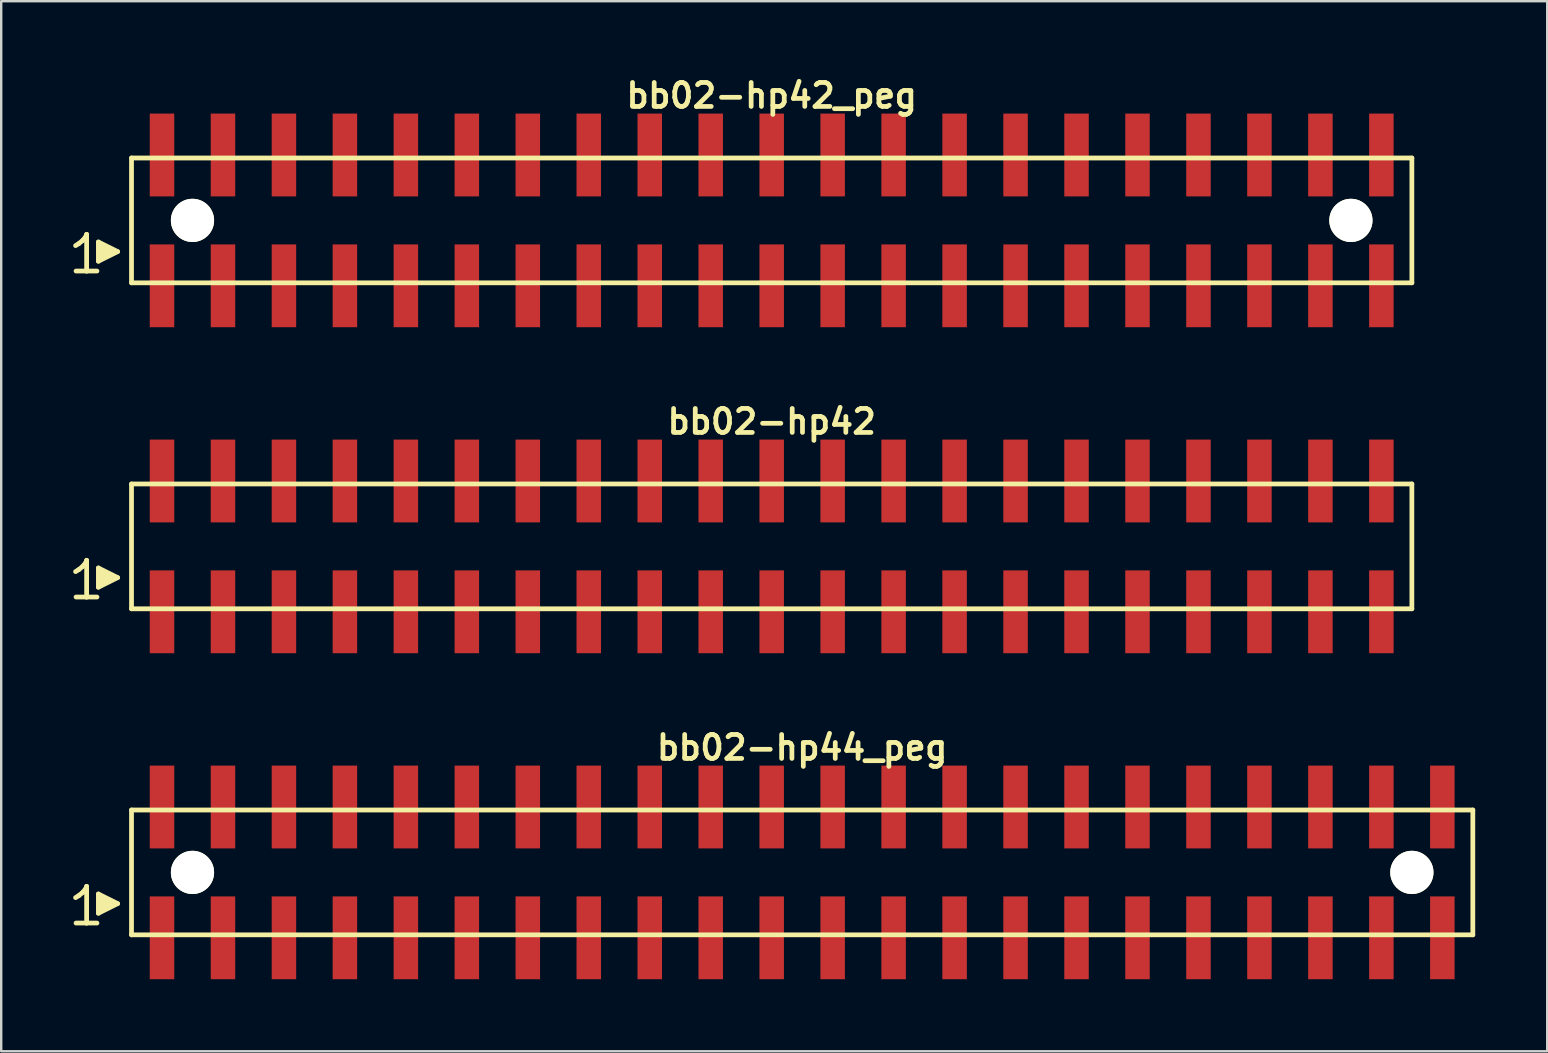
<source format=kicad_pcb>
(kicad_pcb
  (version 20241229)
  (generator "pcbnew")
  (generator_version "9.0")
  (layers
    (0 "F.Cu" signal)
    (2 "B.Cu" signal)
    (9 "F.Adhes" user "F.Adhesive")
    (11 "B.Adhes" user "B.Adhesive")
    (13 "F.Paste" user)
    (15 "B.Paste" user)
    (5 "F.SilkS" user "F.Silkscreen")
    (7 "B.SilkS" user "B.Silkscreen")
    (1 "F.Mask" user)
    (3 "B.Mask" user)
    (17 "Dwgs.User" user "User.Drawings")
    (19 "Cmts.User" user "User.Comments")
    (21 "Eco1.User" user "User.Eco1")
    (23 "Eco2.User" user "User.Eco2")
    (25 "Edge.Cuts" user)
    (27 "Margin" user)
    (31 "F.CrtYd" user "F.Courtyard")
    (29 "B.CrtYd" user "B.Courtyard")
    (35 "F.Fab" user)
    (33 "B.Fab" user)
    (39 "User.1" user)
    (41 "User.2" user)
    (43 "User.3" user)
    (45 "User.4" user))
  (footprint "bb02-hp42_peg"
    (layer "F.Cu")
    (at 29.099 6.132)
    (property "Reference" "bb02-hp42_peg" (at 0 -5.2 0) (layer "F.SilkS") (effects (font (size 0.998 0.998) (thickness 0.198))))
    (attr through_hole)
    (fp_line (start -29 1.05) (end -28.87 0.97) (stroke (width 0.198) (type solid)) (layer "F.SilkS"))
    (fp_line (start -28.87 0.97) (end -28.71 0.84) (stroke (width 0.198) (type solid)) (layer "F.SilkS"))
    (fp_line (start -28.71 0.84) (end -28.57 0.67) (stroke (width 0.198) (type solid)) (layer "F.SilkS"))
    (fp_line (start -28.57 0.67) (end -28.54 0.58) (stroke (width 0.198) (type solid)) (layer "F.SilkS"))
    (fp_line (start -28.54 0.58) (end -28.54 2.11) (stroke (width 0.198) (type solid)) (layer "F.SilkS"))
    (fp_line (start -28.54 2.11) (end -28.98 2.11) (stroke (width 0.198) (type solid)) (layer "F.SilkS"))
    (fp_line (start -28.11 2.11) (end -28.55 2.11) (stroke (width 0.198) (type solid)) (layer "F.SilkS"))
    (fp_line (start -28.05 0.9) (end -27.25 1.3) (stroke (width 0.198) (type solid)) (layer "F.SilkS"))
    (fp_line (start -28.05 1.7) (end -28.05 0.9) (stroke (width 0.198) (type solid)) (layer "F.SilkS"))
    (fp_line (start -27.95 1.6) (end -27.95 1) (stroke (width 0.198) (type solid)) (layer "F.SilkS"))
    (fp_line (start -27.85 1.1) (end -27.85 1.5) (stroke (width 0.198) (type solid)) (layer "F.SilkS"))
    (fp_line (start -27.75 1.5) (end -27.75 1.1) (stroke (width 0.198) (type solid)) (layer "F.SilkS"))
    (fp_line (start -27.65 1.2) (end -27.65 1.4) (stroke (width 0.198) (type solid)) (layer "F.SilkS"))
    (fp_line (start -27.55 1.4) (end -27.55 1.2) (stroke (width 0.198) (type solid)) (layer "F.SilkS"))
    (fp_line (start -27.25 1.3) (end -28.05 1.7) (stroke (width 0.198) (type solid)) (layer "F.SilkS"))
    (fp_line (start -26.67 -2.6) (end -26.67 2.6) (stroke (width 0.198) (type solid)) (layer "F.SilkS"))
    (fp_line (start -26.67 -2.6) (end 26.67 -2.6) (stroke (width 0.198) (type solid)) (layer "F.SilkS"))
    (fp_line (start 26.67 2.6) (end -26.67 2.6) (stroke (width 0.198) (type solid)) (layer "F.SilkS"))
    (fp_line (start 26.67 2.6) (end 26.67 -2.6) (stroke (width 0.198) (type solid)) (layer "F.SilkS"))
    (pad "" np_thru_hole circle (at -24.13 0) (size 1.8 1.8) (drill 1.8) (layers "*.Cu" "*.Mask" "F.SilkS"))
    (pad "" np_thru_hole circle (at 24.13 0) (size 1.8 1.8) (drill 1.8) (layers "*.Cu" "*.Mask" "F.SilkS"))
    (pad "1" smd rect (at -25.4 2.725) (size 1.02 3.45) (layers "F.Cu" "F.Mask" "F.Paste"))
    (pad "2" smd rect (at -25.4 -2.725) (size 1.02 3.45) (layers "F.Cu" "F.Mask" "F.Paste"))
    (pad "3" smd rect (at -22.86 2.725) (size 1.02 3.45) (layers "F.Cu" "F.Mask" "F.Paste"))
    (pad "4" smd rect (at -22.86 -2.725) (size 1.02 3.45) (layers "F.Cu" "F.Mask" "F.Paste"))
    (pad "5" smd rect (at -20.32 2.725) (size 1.02 3.45) (layers "F.Cu" "F.Mask" "F.Paste"))
    (pad "6" smd rect (at -20.32 -2.725) (size 1.02 3.45) (layers "F.Cu" "F.Mask" "F.Paste"))
    (pad "7" smd rect (at -17.78 2.725) (size 1.02 3.45) (layers "F.Cu" "F.Mask" "F.Paste"))
    (pad "8" smd rect (at -17.78 -2.725) (size 1.02 3.45) (layers "F.Cu" "F.Mask" "F.Paste"))
    (pad "9" smd rect (at -15.24 2.725) (size 1.02 3.45) (layers "F.Cu" "F.Mask" "F.Paste"))
    (pad "10" smd rect (at -15.24 -2.725) (size 1.02 3.45) (layers "F.Cu" "F.Mask" "F.Paste"))
    (pad "11" smd rect (at -12.7 2.725) (size 1.02 3.45) (layers "F.Cu" "F.Mask" "F.Paste"))
    (pad "12" smd rect (at -12.7 -2.725) (size 1.02 3.45) (layers "F.Cu" "F.Mask" "F.Paste"))
    (pad "13" smd rect (at -10.16 2.725) (size 1.02 3.45) (layers "F.Cu" "F.Mask" "F.Paste"))
    (pad "14" smd rect (at -10.16 -2.725) (size 1.02 3.45) (layers "F.Cu" "F.Mask" "F.Paste"))
    (pad "15" smd rect (at -7.62 2.725) (size 1.02 3.45) (layers "F.Cu" "F.Mask" "F.Paste"))
    (pad "16" smd rect (at -7.62 -2.725) (size 1.02 3.45) (layers "F.Cu" "F.Mask" "F.Paste"))
    (pad "17" smd rect (at -5.08 2.725) (size 1.02 3.45) (layers "F.Cu" "F.Mask" "F.Paste"))
    (pad "18" smd rect (at -5.08 -2.725) (size 1.02 3.45) (layers "F.Cu" "F.Mask" "F.Paste"))
    (pad "19" smd rect (at -2.54 2.725) (size 1.02 3.45) (layers "F.Cu" "F.Mask" "F.Paste"))
    (pad "20" smd rect (at -2.54 -2.725) (size 1.02 3.45) (layers "F.Cu" "F.Mask" "F.Paste"))
    (pad "21" smd rect (at 0 2.725) (size 1.02 3.45) (layers "F.Cu" "F.Mask" "F.Paste"))
    (pad "22" smd rect (at 0 -2.725) (size 1.02 3.45) (layers "F.Cu" "F.Mask" "F.Paste"))
    (pad "23" smd rect (at 2.54 2.725) (size 1.02 3.45) (layers "F.Cu" "F.Mask" "F.Paste"))
    (pad "24" smd rect (at 2.54 -2.725) (size 1.02 3.45) (layers "F.Cu" "F.Mask" "F.Paste"))
    (pad "25" smd rect (at 5.08 2.725) (size 1.02 3.45) (layers "F.Cu" "F.Mask" "F.Paste"))
    (pad "26" smd rect (at 5.08 -2.725) (size 1.02 3.45) (layers "F.Cu" "F.Mask" "F.Paste"))
    (pad "27" smd rect (at 7.62 2.725) (size 1.02 3.45) (layers "F.Cu" "F.Mask" "F.Paste"))
    (pad "28" smd rect (at 7.62 -2.725) (size 1.02 3.45) (layers "F.Cu" "F.Mask" "F.Paste"))
    (pad "29" smd rect (at 10.16 2.725) (size 1.02 3.45) (layers "F.Cu" "F.Mask" "F.Paste"))
    (pad "30" smd rect (at 10.16 -2.725) (size 1.02 3.45) (layers "F.Cu" "F.Mask" "F.Paste"))
    (pad "31" smd rect (at 12.7 2.725) (size 1.02 3.45) (layers "F.Cu" "F.Mask" "F.Paste"))
    (pad "32" smd rect (at 12.7 -2.725) (size 1.02 3.45) (layers "F.Cu" "F.Mask" "F.Paste"))
    (pad "33" smd rect (at 15.24 2.725) (size 1.02 3.45) (layers "F.Cu" "F.Mask" "F.Paste"))
    (pad "34" smd rect (at 15.24 -2.725) (size 1.02 3.45) (layers "F.Cu" "F.Mask" "F.Paste"))
    (pad "35" smd rect (at 17.78 2.725) (size 1.02 3.45) (layers "F.Cu" "F.Mask" "F.Paste"))
    (pad "36" smd rect (at 17.78 -2.725) (size 1.02 3.45) (layers "F.Cu" "F.Mask" "F.Paste"))
    (pad "37" smd rect (at 20.32 2.725) (size 1.02 3.45) (layers "F.Cu" "F.Mask" "F.Paste"))
    (pad "38" smd rect (at 20.32 -2.725) (size 1.02 3.45) (layers "F.Cu" "F.Mask" "F.Paste"))
    (pad "39" smd rect (at 22.86 2.725) (size 1.02 3.45) (layers "F.Cu" "F.Mask" "F.Paste"))
    (pad "40" smd rect (at 22.86 -2.725) (size 1.02 3.45) (layers "F.Cu" "F.Mask" "F.Paste"))
    (pad "41" smd rect (at 25.4 2.725) (size 1.02 3.45) (layers "F.Cu" "F.Mask" "F.Paste"))
    (pad "42" smd rect (at 25.4 -2.725) (size 1.02 3.45) (layers "F.Cu" "F.Mask" "F.Paste")))
  (footprint "bb02-hp44_peg"
    (layer "F.Cu")
    (at 30.369 33.295)
    (property "Reference" "bb02-hp44_peg" (at 0 -5.2 0) (layer "F.SilkS") (effects (font (size 0.998 0.998) (thickness 0.198))))
    (attr through_hole)
    (fp_line (start -30.27 1.05) (end -30.14 0.97) (stroke (width 0.198) (type solid)) (layer "F.SilkS"))
    (fp_line (start -30.14 0.97) (end -29.98 0.84) (stroke (width 0.198) (type solid)) (layer "F.SilkS"))
    (fp_line (start -29.98 0.84) (end -29.84 0.67) (stroke (width 0.198) (type solid)) (layer "F.SilkS"))
    (fp_line (start -29.84 0.67) (end -29.81 0.58) (stroke (width 0.198) (type solid)) (layer "F.SilkS"))
    (fp_line (start -29.81 0.58) (end -29.81 2.11) (stroke (width 0.198) (type solid)) (layer "F.SilkS"))
    (fp_line (start -29.81 2.11) (end -30.25 2.11) (stroke (width 0.198) (type solid)) (layer "F.SilkS"))
    (fp_line (start -29.38 2.11) (end -29.82 2.11) (stroke (width 0.198) (type solid)) (layer "F.SilkS"))
    (fp_line (start -29.32 0.9) (end -28.52 1.3) (stroke (width 0.198) (type solid)) (layer "F.SilkS"))
    (fp_line (start -29.32 1.7) (end -29.32 0.9) (stroke (width 0.198) (type solid)) (layer "F.SilkS"))
    (fp_line (start -29.22 1.6) (end -29.22 1) (stroke (width 0.198) (type solid)) (layer "F.SilkS"))
    (fp_line (start -29.12 1.1) (end -29.12 1.5) (stroke (width 0.198) (type solid)) (layer "F.SilkS"))
    (fp_line (start -29.02 1.5) (end -29.02 1.1) (stroke (width 0.198) (type solid)) (layer "F.SilkS"))
    (fp_line (start -28.92 1.2) (end -28.92 1.4) (stroke (width 0.198) (type solid)) (layer "F.SilkS"))
    (fp_line (start -28.82 1.4) (end -28.82 1.2) (stroke (width 0.198) (type solid)) (layer "F.SilkS"))
    (fp_line (start -28.52 1.3) (end -29.32 1.7) (stroke (width 0.198) (type solid)) (layer "F.SilkS"))
    (fp_line (start -27.94 -2.6) (end -27.94 2.6) (stroke (width 0.198) (type solid)) (layer "F.SilkS"))
    (fp_line (start -27.94 -2.6) (end 27.94 -2.6) (stroke (width 0.198) (type solid)) (layer "F.SilkS"))
    (fp_line (start 27.94 2.6) (end -27.94 2.6) (stroke (width 0.198) (type solid)) (layer "F.SilkS"))
    (fp_line (start 27.94 2.6) (end 27.94 -2.6) (stroke (width 0.198) (type solid)) (layer "F.SilkS"))
    (pad "" np_thru_hole circle (at -25.4 0) (size 1.8 1.8) (drill 1.8) (layers "*.Cu" "*.Mask" "F.SilkS"))
    (pad "" np_thru_hole circle (at 25.4 0) (size 1.8 1.8) (drill 1.8) (layers "*.Cu" "*.Mask" "F.SilkS"))
    (pad "1" smd rect (at -26.67 2.725) (size 1.02 3.45) (layers "F.Cu" "F.Mask" "F.Paste"))
    (pad "2" smd rect (at -26.67 -2.725) (size 1.02 3.45) (layers "F.Cu" "F.Mask" "F.Paste"))
    (pad "3" smd rect (at -24.13 2.725) (size 1.02 3.45) (layers "F.Cu" "F.Mask" "F.Paste"))
    (pad "4" smd rect (at -24.13 -2.725) (size 1.02 3.45) (layers "F.Cu" "F.Mask" "F.Paste"))
    (pad "5" smd rect (at -21.59 2.725) (size 1.02 3.45) (layers "F.Cu" "F.Mask" "F.Paste"))
    (pad "6" smd rect (at -21.59 -2.725) (size 1.02 3.45) (layers "F.Cu" "F.Mask" "F.Paste"))
    (pad "7" smd rect (at -19.05 2.725) (size 1.02 3.45) (layers "F.Cu" "F.Mask" "F.Paste"))
    (pad "8" smd rect (at -19.05 -2.725) (size 1.02 3.45) (layers "F.Cu" "F.Mask" "F.Paste"))
    (pad "9" smd rect (at -16.51 2.725) (size 1.02 3.45) (layers "F.Cu" "F.Mask" "F.Paste"))
    (pad "10" smd rect (at -16.51 -2.725) (size 1.02 3.45) (layers "F.Cu" "F.Mask" "F.Paste"))
    (pad "11" smd rect (at -13.97 2.725) (size 1.02 3.45) (layers "F.Cu" "F.Mask" "F.Paste"))
    (pad "12" smd rect (at -13.97 -2.725) (size 1.02 3.45) (layers "F.Cu" "F.Mask" "F.Paste"))
    (pad "13" smd rect (at -11.43 2.725) (size 1.02 3.45) (layers "F.Cu" "F.Mask" "F.Paste"))
    (pad "14" smd rect (at -11.43 -2.725) (size 1.02 3.45) (layers "F.Cu" "F.Mask" "F.Paste"))
    (pad "15" smd rect (at -8.89 2.725) (size 1.02 3.45) (layers "F.Cu" "F.Mask" "F.Paste"))
    (pad "16" smd rect (at -8.89 -2.725) (size 1.02 3.45) (layers "F.Cu" "F.Mask" "F.Paste"))
    (pad "17" smd rect (at -6.35 2.725) (size 1.02 3.45) (layers "F.Cu" "F.Mask" "F.Paste"))
    (pad "18" smd rect (at -6.35 -2.725) (size 1.02 3.45) (layers "F.Cu" "F.Mask" "F.Paste"))
    (pad "19" smd rect (at -3.81 2.725) (size 1.02 3.45) (layers "F.Cu" "F.Mask" "F.Paste"))
    (pad "20" smd rect (at -3.81 -2.725) (size 1.02 3.45) (layers "F.Cu" "F.Mask" "F.Paste"))
    (pad "21" smd rect (at -1.27 2.725) (size 1.02 3.45) (layers "F.Cu" "F.Mask" "F.Paste"))
    (pad "22" smd rect (at -1.27 -2.725) (size 1.02 3.45) (layers "F.Cu" "F.Mask" "F.Paste"))
    (pad "23" smd rect (at 1.27 2.725) (size 1.02 3.45) (layers "F.Cu" "F.Mask" "F.Paste"))
    (pad "24" smd rect (at 1.27 -2.725) (size 1.02 3.45) (layers "F.Cu" "F.Mask" "F.Paste"))
    (pad "25" smd rect (at 3.81 2.725) (size 1.02 3.45) (layers "F.Cu" "F.Mask" "F.Paste"))
    (pad "26" smd rect (at 3.81 -2.725) (size 1.02 3.45) (layers "F.Cu" "F.Mask" "F.Paste"))
    (pad "27" smd rect (at 6.35 2.725) (size 1.02 3.45) (layers "F.Cu" "F.Mask" "F.Paste"))
    (pad "28" smd rect (at 6.35 -2.725) (size 1.02 3.45) (layers "F.Cu" "F.Mask" "F.Paste"))
    (pad "29" smd rect (at 8.89 2.725) (size 1.02 3.45) (layers "F.Cu" "F.Mask" "F.Paste"))
    (pad "30" smd rect (at 8.89 -2.725) (size 1.02 3.45) (layers "F.Cu" "F.Mask" "F.Paste"))
    (pad "31" smd rect (at 11.43 2.725) (size 1.02 3.45) (layers "F.Cu" "F.Mask" "F.Paste"))
    (pad "32" smd rect (at 11.43 -2.725) (size 1.02 3.45) (layers "F.Cu" "F.Mask" "F.Paste"))
    (pad "33" smd rect (at 13.97 2.725) (size 1.02 3.45) (layers "F.Cu" "F.Mask" "F.Paste"))
    (pad "34" smd rect (at 13.97 -2.725) (size 1.02 3.45) (layers "F.Cu" "F.Mask" "F.Paste"))
    (pad "35" smd rect (at 16.51 2.725) (size 1.02 3.45) (layers "F.Cu" "F.Mask" "F.Paste"))
    (pad "36" smd rect (at 16.51 -2.725) (size 1.02 3.45) (layers "F.Cu" "F.Mask" "F.Paste"))
    (pad "37" smd rect (at 19.05 2.725) (size 1.02 3.45) (layers "F.Cu" "F.Mask" "F.Paste"))
    (pad "38" smd rect (at 19.05 -2.725) (size 1.02 3.45) (layers "F.Cu" "F.Mask" "F.Paste"))
    (pad "39" smd rect (at 21.59 2.725) (size 1.02 3.45) (layers "F.Cu" "F.Mask" "F.Paste"))
    (pad "40" smd rect (at 21.59 -2.725) (size 1.02 3.45) (layers "F.Cu" "F.Mask" "F.Paste"))
    (pad "41" smd rect (at 24.13 2.725) (size 1.02 3.45) (layers "F.Cu" "F.Mask" "F.Paste"))
    (pad "42" smd rect (at 24.13 -2.725) (size 1.02 3.45) (layers "F.Cu" "F.Mask" "F.Paste"))
    (pad "43" smd rect (at 26.67 2.725) (size 1.02 3.45) (layers "F.Cu" "F.Mask" "F.Paste"))
    (pad "44" smd rect (at 26.67 -2.725) (size 1.02 3.45) (layers "F.Cu" "F.Mask" "F.Paste")))
  (footprint "bb02-hp42"
    (layer "F.Cu")
    (at 29.099 19.713)
    (property "Reference" "bb02-hp42" (at 0 -5.2 0) (layer "F.SilkS") (effects (font (size 0.998 0.998) (thickness 0.198))))
    (attr through_hole)
    (fp_line (start -29 1.05) (end -28.87 0.97) (stroke (width 0.198) (type solid)) (layer "F.SilkS"))
    (fp_line (start -28.87 0.97) (end -28.71 0.84) (stroke (width 0.198) (type solid)) (layer "F.SilkS"))
    (fp_line (start -28.71 0.84) (end -28.57 0.67) (stroke (width 0.198) (type solid)) (layer "F.SilkS"))
    (fp_line (start -28.57 0.67) (end -28.54 0.58) (stroke (width 0.198) (type solid)) (layer "F.SilkS"))
    (fp_line (start -28.54 0.58) (end -28.54 2.11) (stroke (width 0.198) (type solid)) (layer "F.SilkS"))
    (fp_line (start -28.54 2.11) (end -28.98 2.11) (stroke (width 0.198) (type solid)) (layer "F.SilkS"))
    (fp_line (start -28.11 2.11) (end -28.55 2.11) (stroke (width 0.198) (type solid)) (layer "F.SilkS"))
    (fp_line (start -28.05 0.9) (end -27.25 1.3) (stroke (width 0.198) (type solid)) (layer "F.SilkS"))
    (fp_line (start -28.05 1.7) (end -28.05 0.9) (stroke (width 0.198) (type solid)) (layer "F.SilkS"))
    (fp_line (start -27.95 1.6) (end -27.95 1) (stroke (width 0.198) (type solid)) (layer "F.SilkS"))
    (fp_line (start -27.85 1.1) (end -27.85 1.5) (stroke (width 0.198) (type solid)) (layer "F.SilkS"))
    (fp_line (start -27.75 1.5) (end -27.75 1.1) (stroke (width 0.198) (type solid)) (layer "F.SilkS"))
    (fp_line (start -27.65 1.2) (end -27.65 1.4) (stroke (width 0.198) (type solid)) (layer "F.SilkS"))
    (fp_line (start -27.55 1.4) (end -27.55 1.2) (stroke (width 0.198) (type solid)) (layer "F.SilkS"))
    (fp_line (start -27.25 1.3) (end -28.05 1.7) (stroke (width 0.198) (type solid)) (layer "F.SilkS"))
    (fp_line (start -26.67 -2.6) (end -26.67 2.6) (stroke (width 0.198) (type solid)) (layer "F.SilkS"))
    (fp_line (start -26.67 -2.6) (end 26.67 -2.6) (stroke (width 0.198) (type solid)) (layer "F.SilkS"))
    (fp_line (start 26.67 2.6) (end -26.67 2.6) (stroke (width 0.198) (type solid)) (layer "F.SilkS"))
    (fp_line (start 26.67 2.6) (end 26.67 -2.6) (stroke (width 0.198) (type solid)) (layer "F.SilkS"))
    (pad "1" smd rect (at -25.4 2.725) (size 1.02 3.45) (layers "F.Cu" "F.Mask" "F.Paste"))
    (pad "2" smd rect (at -25.4 -2.725) (size 1.02 3.45) (layers "F.Cu" "F.Mask" "F.Paste"))
    (pad "3" smd rect (at -22.86 2.725) (size 1.02 3.45) (layers "F.Cu" "F.Mask" "F.Paste"))
    (pad "4" smd rect (at -22.86 -2.725) (size 1.02 3.45) (layers "F.Cu" "F.Mask" "F.Paste"))
    (pad "5" smd rect (at -20.32 2.725) (size 1.02 3.45) (layers "F.Cu" "F.Mask" "F.Paste"))
    (pad "6" smd rect (at -20.32 -2.725) (size 1.02 3.45) (layers "F.Cu" "F.Mask" "F.Paste"))
    (pad "7" smd rect (at -17.78 2.725) (size 1.02 3.45) (layers "F.Cu" "F.Mask" "F.Paste"))
    (pad "8" smd rect (at -17.78 -2.725) (size 1.02 3.45) (layers "F.Cu" "F.Mask" "F.Paste"))
    (pad "9" smd rect (at -15.24 2.725) (size 1.02 3.45) (layers "F.Cu" "F.Mask" "F.Paste"))
    (pad "10" smd rect (at -15.24 -2.725) (size 1.02 3.45) (layers "F.Cu" "F.Mask" "F.Paste"))
    (pad "11" smd rect (at -12.7 2.725) (size 1.02 3.45) (layers "F.Cu" "F.Mask" "F.Paste"))
    (pad "12" smd rect (at -12.7 -2.725) (size 1.02 3.45) (layers "F.Cu" "F.Mask" "F.Paste"))
    (pad "13" smd rect (at -10.16 2.725) (size 1.02 3.45) (layers "F.Cu" "F.Mask" "F.Paste"))
    (pad "14" smd rect (at -10.16 -2.725) (size 1.02 3.45) (layers "F.Cu" "F.Mask" "F.Paste"))
    (pad "15" smd rect (at -7.62 2.725) (size 1.02 3.45) (layers "F.Cu" "F.Mask" "F.Paste"))
    (pad "16" smd rect (at -7.62 -2.725) (size 1.02 3.45) (layers "F.Cu" "F.Mask" "F.Paste"))
    (pad "17" smd rect (at -5.08 2.725) (size 1.02 3.45) (layers "F.Cu" "F.Mask" "F.Paste"))
    (pad "18" smd rect (at -5.08 -2.725) (size 1.02 3.45) (layers "F.Cu" "F.Mask" "F.Paste"))
    (pad "19" smd rect (at -2.54 2.725) (size 1.02 3.45) (layers "F.Cu" "F.Mask" "F.Paste"))
    (pad "20" smd rect (at -2.54 -2.725) (size 1.02 3.45) (layers "F.Cu" "F.Mask" "F.Paste"))
    (pad "21" smd rect (at 0 2.725) (size 1.02 3.45) (layers "F.Cu" "F.Mask" "F.Paste"))
    (pad "22" smd rect (at 0 -2.725) (size 1.02 3.45) (layers "F.Cu" "F.Mask" "F.Paste"))
    (pad "23" smd rect (at 2.54 2.725) (size 1.02 3.45) (layers "F.Cu" "F.Mask" "F.Paste"))
    (pad "24" smd rect (at 2.54 -2.725) (size 1.02 3.45) (layers "F.Cu" "F.Mask" "F.Paste"))
    (pad "25" smd rect (at 5.08 2.725) (size 1.02 3.45) (layers "F.Cu" "F.Mask" "F.Paste"))
    (pad "26" smd rect (at 5.08 -2.725) (size 1.02 3.45) (layers "F.Cu" "F.Mask" "F.Paste"))
    (pad "27" smd rect (at 7.62 2.725) (size 1.02 3.45) (layers "F.Cu" "F.Mask" "F.Paste"))
    (pad "28" smd rect (at 7.62 -2.725) (size 1.02 3.45) (layers "F.Cu" "F.Mask" "F.Paste"))
    (pad "29" smd rect (at 10.16 2.725) (size 1.02 3.45) (layers "F.Cu" "F.Mask" "F.Paste"))
    (pad "30" smd rect (at 10.16 -2.725) (size 1.02 3.45) (layers "F.Cu" "F.Mask" "F.Paste"))
    (pad "31" smd rect (at 12.7 2.725) (size 1.02 3.45) (layers "F.Cu" "F.Mask" "F.Paste"))
    (pad "32" smd rect (at 12.7 -2.725) (size 1.02 3.45) (layers "F.Cu" "F.Mask" "F.Paste"))
    (pad "33" smd rect (at 15.24 2.725) (size 1.02 3.45) (layers "F.Cu" "F.Mask" "F.Paste"))
    (pad "34" smd rect (at 15.24 -2.725) (size 1.02 3.45) (layers "F.Cu" "F.Mask" "F.Paste"))
    (pad "35" smd rect (at 17.78 2.725) (size 1.02 3.45) (layers "F.Cu" "F.Mask" "F.Paste"))
    (pad "36" smd rect (at 17.78 -2.725) (size 1.02 3.45) (layers "F.Cu" "F.Mask" "F.Paste"))
    (pad "37" smd rect (at 20.32 2.725) (size 1.02 3.45) (layers "F.Cu" "F.Mask" "F.Paste"))
    (pad "38" smd rect (at 20.32 -2.725) (size 1.02 3.45) (layers "F.Cu" "F.Mask" "F.Paste"))
    (pad "39" smd rect (at 22.86 2.725) (size 1.02 3.45) (layers "F.Cu" "F.Mask" "F.Paste"))
    (pad "40" smd rect (at 22.86 -2.725) (size 1.02 3.45) (layers "F.Cu" "F.Mask" "F.Paste"))
    (pad "41" smd rect (at 25.4 2.725) (size 1.02 3.45) (layers "F.Cu" "F.Mask" "F.Paste"))
    (pad "42" smd rect (at 25.4 -2.725) (size 1.02 3.45) (layers "F.Cu" "F.Mask" "F.Paste")))
  (gr_rect
    (start -3 -3)
    (end 61.408 40.745)
    (stroke (width 0.1) (type default))
    (fill no)
    (layer "Edge.Cuts")))
</source>
